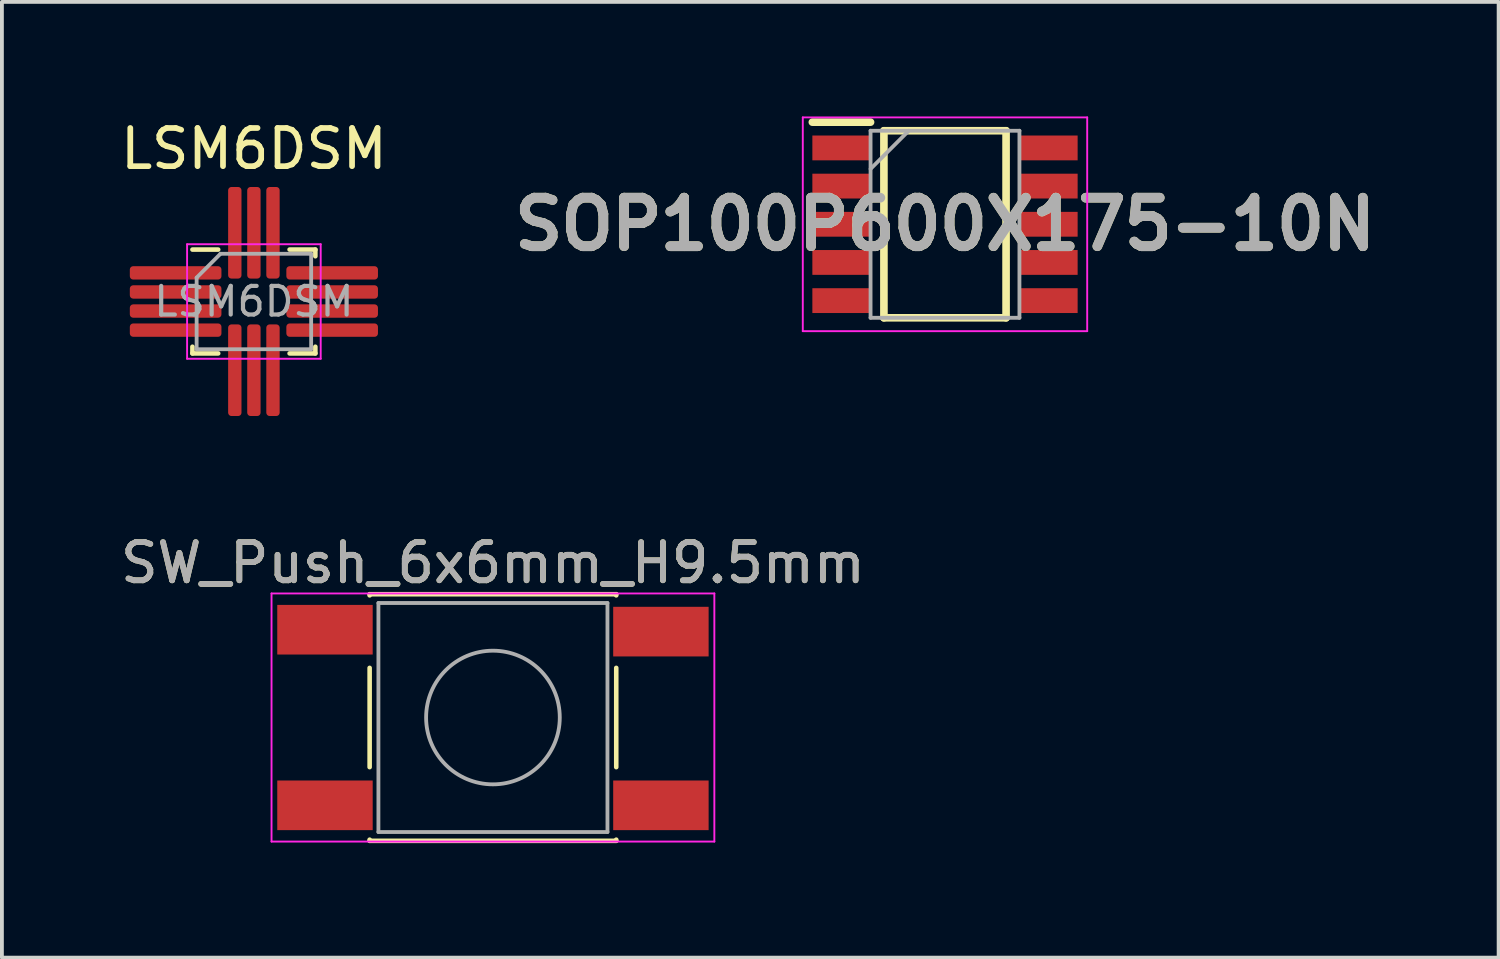
<source format=kicad_pcb>
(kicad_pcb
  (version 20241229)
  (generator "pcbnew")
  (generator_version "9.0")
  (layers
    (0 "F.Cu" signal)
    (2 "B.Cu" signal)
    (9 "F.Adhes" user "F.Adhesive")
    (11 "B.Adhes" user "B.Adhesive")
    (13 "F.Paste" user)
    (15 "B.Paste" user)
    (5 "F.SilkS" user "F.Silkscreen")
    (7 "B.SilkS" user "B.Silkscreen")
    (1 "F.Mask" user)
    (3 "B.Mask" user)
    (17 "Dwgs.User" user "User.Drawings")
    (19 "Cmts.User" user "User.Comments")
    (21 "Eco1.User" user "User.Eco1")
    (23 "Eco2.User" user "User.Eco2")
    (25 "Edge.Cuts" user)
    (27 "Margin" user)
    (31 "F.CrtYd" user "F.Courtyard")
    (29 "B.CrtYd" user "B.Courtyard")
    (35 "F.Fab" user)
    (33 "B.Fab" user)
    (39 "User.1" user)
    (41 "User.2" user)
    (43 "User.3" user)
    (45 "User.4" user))
  (footprint "SW_Push_6x6mm_H9.5mm"
    (layer "F.Cu")
    (at 9.863 15.746)
    (property "Reference" "SW_Push_6x6mm_H9.5mm" (at 0 -4.05 0) (layer "F.SilkS") (effects (font (size 1 1) (thickness 0.15))))
    (attr smd)
    (fp_line (start -3.23 -3.23) (end 3.23 -3.23) (stroke (width 0.12) (type solid)) (layer "F.SilkS"))
    (fp_line (start -3.23 -3.2) (end -3.23 -3.23) (stroke (width 0.12) (type solid)) (layer "F.SilkS"))
    (fp_line (start -3.23 -1.3) (end -3.23 1.3) (stroke (width 0.12) (type solid)) (layer "F.SilkS"))
    (fp_line (start -3.23 3.23) (end -3.23 3.2) (stroke (width 0.12) (type solid)) (layer "F.SilkS"))
    (fp_line (start -3.23 3.23) (end 3.23 3.23) (stroke (width 0.12) (type solid)) (layer "F.SilkS"))
    (fp_line (start 3.23 -3.23) (end 3.23 -3.2) (stroke (width 0.12) (type solid)) (layer "F.SilkS"))
    (fp_line (start 3.23 -1.3) (end 3.23 1.3) (stroke (width 0.12) (type solid)) (layer "F.SilkS"))
    (fp_line (start 3.23 3.23) (end 3.23 3.2) (stroke (width 0.12) (type solid)) (layer "F.SilkS"))
    (fp_line (start -5.8 -3.25) (end -5.8 3.25) (stroke (width 0.05) (type solid)) (layer "F.CrtYd"))
    (fp_line (start -5.8 -3.25) (end 5.8 -3.25) (stroke (width 0.05) (type solid)) (layer "F.CrtYd"))
    (fp_line (start -5.8 3.25) (end 5.8 3.25) (stroke (width 0.05) (type solid)) (layer "F.CrtYd"))
    (fp_line (start 5.8 3.25) (end 5.8 -3.25) (stroke (width 0.05) (type solid)) (layer "F.CrtYd"))
    (fp_line (start -3 -3) (end -3 3) (stroke (width 0.1) (type solid)) (layer "F.Fab"))
    (fp_line (start -3 3) (end 3 3) (stroke (width 0.1) (type solid)) (layer "F.Fab"))
    (fp_line (start 3 -3) (end -3 -3) (stroke (width 0.1) (type solid)) (layer "F.Fab"))
    (fp_line (start 3 3) (end 3 -3) (stroke (width 0.1) (type solid)) (layer "F.Fab"))
    (fp_circle (center 0 0) (end 1.75 -0.05) (stroke (width 0.1) (type solid)) (fill no) (layer "F.Fab"))
    (fp_text user "${REFERENCE}" (at 0 -4.05 0) (layer "F.Fab") (effects (font (size 1 1) (thickness 0.15))))
    (pad "1" smd rect (at -4.4 -2.3) (size 2.5 1.3) (layers "F.Cu" "F.Mask" "F.Paste"))
    (pad "1" smd rect (at 4.4 -2.25) (size 2.5 1.3) (layers "F.Cu" "F.Mask" "F.Paste"))
    (pad "2" smd rect (at -4.4 2.3) (size 2.5 1.3) (layers "F.Cu" "F.Mask" "F.Paste"))
    (pad "2" smd rect (at 4.4 2.3) (size 2.5 1.3) (layers "F.Cu" "F.Mask" "F.Paste")))
  (footprint "LSM6DSM"
    (layer "F.Cu")
    (at 3.601 4.848)
    (property "Reference" "LSM6DSM" (at 0 -4 0) (layer "F.SilkS") (effects (font (size 1 1) (thickness 0.15))))
    (attr smd)
    (fp_line (start -1.61 1.36) (end -1.61 1.185) (stroke (width 0.12) (type solid)) (layer "F.SilkS"))
    (fp_line (start -0.935 -1.36) (end -1.61 -1.36) (stroke (width 0.12) (type solid)) (layer "F.SilkS"))
    (fp_line (start -0.935 1.36) (end -1.61 1.36) (stroke (width 0.12) (type solid)) (layer "F.SilkS"))
    (fp_line (start 0.935 -1.36) (end 1.61 -1.36) (stroke (width 0.12) (type solid)) (layer "F.SilkS"))
    (fp_line (start 0.935 1.36) (end 1.61 1.36) (stroke (width 0.12) (type solid)) (layer "F.SilkS"))
    (fp_line (start 1.61 -1.36) (end 1.61 -1.185) (stroke (width 0.12) (type solid)) (layer "F.SilkS"))
    (fp_line (start 1.61 1.36) (end 1.61 1.185) (stroke (width 0.12) (type solid)) (layer "F.SilkS"))
    (fp_line (start -1.75 -1.5) (end -1.75 1.5) (stroke (width 0.05) (type solid)) (layer "F.CrtYd"))
    (fp_line (start -1.75 1.5) (end 1.75 1.5) (stroke (width 0.05) (type solid)) (layer "F.CrtYd"))
    (fp_line (start 1.75 -1.5) (end -1.75 -1.5) (stroke (width 0.05) (type solid)) (layer "F.CrtYd"))
    (fp_line (start 1.75 1.5) (end 1.75 -1.5) (stroke (width 0.05) (type solid)) (layer "F.CrtYd"))
    (fp_line (start -1.5 -0.625) (end -0.875 -1.25) (stroke (width 0.1) (type solid)) (layer "F.Fab"))
    (fp_line (start -1.5 1.25) (end -1.5 -0.625) (stroke (width 0.1) (type solid)) (layer "F.Fab"))
    (fp_line (start -0.875 -1.25) (end 1.5 -1.25) (stroke (width 0.1) (type solid)) (layer "F.Fab"))
    (fp_line (start 1.5 -1.25) (end 1.5 1.25) (stroke (width 0.1) (type solid)) (layer "F.Fab"))
    (fp_line (start 1.5 1.25) (end -1.5 1.25) (stroke (width 0.1) (type solid)) (layer "F.Fab"))
    (fp_text user "${REFERENCE}" (at 0 0 0) (layer "F.Fab") (effects (font (size 0.75 0.75) (thickness 0.11))))
    (pad "1" smd roundrect (at -2.05 -0.75) (size 2.4 0.35) (layers "F.Cu" "F.Mask" "F.Paste") (roundrect_rratio 0.25))
    (pad "2" smd roundrect (at -2.05 -0.25) (size 2.4 0.35) (layers "F.Cu" "F.Mask" "F.Paste") (roundrect_rratio 0.25))
    (pad "3" smd roundrect (at -2.05 0.25) (size 2.4 0.35) (layers "F.Cu" "F.Mask" "F.Paste") (roundrect_rratio 0.25))
    (pad "4" smd roundrect (at -2.05 0.75) (size 2.4 0.35) (layers "F.Cu" "F.Mask" "F.Paste") (roundrect_rratio 0.25))
    (pad "5" smd roundrect (at -0.5 1.8) (size 0.35 2.4) (layers "F.Cu" "F.Mask" "F.Paste") (roundrect_rratio 0.25))
    (pad "6" smd roundrect (at 0 1.8) (size 0.35 2.4) (layers "F.Cu" "F.Mask" "F.Paste") (roundrect_rratio 0.25))
    (pad "7" smd roundrect (at 0.5 1.8) (size 0.35 2.4) (layers "F.Cu" "F.Mask" "F.Paste") (roundrect_rratio 0.25))
    (pad "8" smd roundrect (at 2.05 0.75) (size 2.4 0.35) (layers "F.Cu" "F.Mask" "F.Paste") (roundrect_rratio 0.25))
    (pad "9" smd roundrect (at 2.05 0.25) (size 2.4 0.35) (layers "F.Cu" "F.Mask" "F.Paste") (roundrect_rratio 0.25))
    (pad "10" smd roundrect (at 2.05 -0.25) (size 2.4 0.35) (layers "F.Cu" "F.Mask" "F.Paste") (roundrect_rratio 0.25))
    (pad "11" smd roundrect (at 2.05 -0.75) (size 2.4 0.35) (layers "F.Cu" "F.Mask" "F.Paste") (roundrect_rratio 0.25))
    (pad "12" smd roundrect (at 0.5 -1.8) (size 0.35 2.4) (layers "F.Cu" "F.Mask" "F.Paste") (roundrect_rratio 0.25))
    (pad "13" smd roundrect (at 0 -1.8) (size 0.35 2.4) (layers "F.Cu" "F.Mask" "F.Paste") (roundrect_rratio 0.25))
    (pad "14" smd roundrect (at -0.5 -1.8) (size 0.35 2.4) (layers "F.Cu" "F.Mask" "F.Paste") (roundrect_rratio 0.25)))
  (footprint "SOP100P600X175-10N"
    (layer "F.Cu")
    (at 21.705 2.825)
    (property "Reference" "SOP100P600X175-10N" (at 0 0 0) (layer "F.SilkS") (effects (font (size 1.27 1.27) (thickness 0.254))))
    (attr smd)
    (fp_line (start -3.475 -2.675) (end -1.95 -2.675) (stroke (width 0.2) (type solid)) (layer "F.SilkS"))
    (fp_line (start -1.6 -2.45) (end 1.6 -2.45) (stroke (width 0.2) (type solid)) (layer "F.SilkS"))
    (fp_line (start -1.6 2.45) (end -1.6 -2.45) (stroke (width 0.2) (type solid)) (layer "F.SilkS"))
    (fp_line (start 1.6 -2.45) (end 1.6 2.45) (stroke (width 0.2) (type solid)) (layer "F.SilkS"))
    (fp_line (start 1.6 2.45) (end -1.6 2.45) (stroke (width 0.2) (type solid)) (layer "F.SilkS"))
    (fp_line (start -3.725 -2.8) (end 3.725 -2.8) (stroke (width 0.05) (type solid)) (layer "F.CrtYd"))
    (fp_line (start -3.725 2.8) (end -3.725 -2.8) (stroke (width 0.05) (type solid)) (layer "F.CrtYd"))
    (fp_line (start 3.725 -2.8) (end 3.725 2.8) (stroke (width 0.05) (type solid)) (layer "F.CrtYd"))
    (fp_line (start 3.725 2.8) (end -3.725 2.8) (stroke (width 0.05) (type solid)) (layer "F.CrtYd"))
    (fp_line (start -1.95 -2.45) (end 1.95 -2.45) (stroke (width 0.1) (type solid)) (layer "F.Fab"))
    (fp_line (start -1.95 -1.45) (end -0.95 -2.45) (stroke (width 0.1) (type solid)) (layer "F.Fab"))
    (fp_line (start -1.95 2.45) (end -1.95 -2.45) (stroke (width 0.1) (type solid)) (layer "F.Fab"))
    (fp_line (start 1.95 -2.45) (end 1.95 2.45) (stroke (width 0.1) (type solid)) (layer "F.Fab"))
    (fp_line (start 1.95 2.45) (end -1.95 2.45) (stroke (width 0.1) (type solid)) (layer "F.Fab"))
    (fp_text user "${REFERENCE}" (at 0 0 0) (layer "F.Fab") (effects (font (size 1.27 1.27) (thickness 0.254))))
    (pad "1" smd rect (at -2.712 -2 90) (size 0.65 1.525) (layers "F.Cu" "F.Mask" "F.Paste"))
    (pad "2" smd rect (at -2.712 -1 90) (size 0.65 1.525) (layers "F.Cu" "F.Mask" "F.Paste"))
    (pad "3" smd rect (at -2.712 0 90) (size 0.65 1.525) (layers "F.Cu" "F.Mask" "F.Paste"))
    (pad "4" smd rect (at -2.712 1 90) (size 0.65 1.525) (layers "F.Cu" "F.Mask" "F.Paste"))
    (pad "5" smd rect (at -2.712 2 90) (size 0.65 1.525) (layers "F.Cu" "F.Mask" "F.Paste"))
    (pad "6" smd rect (at 2.712 2 90) (size 0.65 1.525) (layers "F.Cu" "F.Mask" "F.Paste"))
    (pad "7" smd rect (at 2.712 1 90) (size 0.65 1.525) (layers "F.Cu" "F.Mask" "F.Paste"))
    (pad "8" smd rect (at 2.712 0 90) (size 0.65 1.525) (layers "F.Cu" "F.Mask" "F.Paste"))
    (pad "9" smd rect (at 2.712 -1 90) (size 0.65 1.525) (layers "F.Cu" "F.Mask" "F.Paste"))
    (pad "10" smd rect (at 2.712 -2 90) (size 0.65 1.525) (layers "F.Cu" "F.Mask" "F.Paste")))
  (gr_rect
    (start -3 -3)
    (end 36.208 22.037)
    (stroke (width 0.1) (type default))
    (fill no)
    (layer "Edge.Cuts")))
</source>
